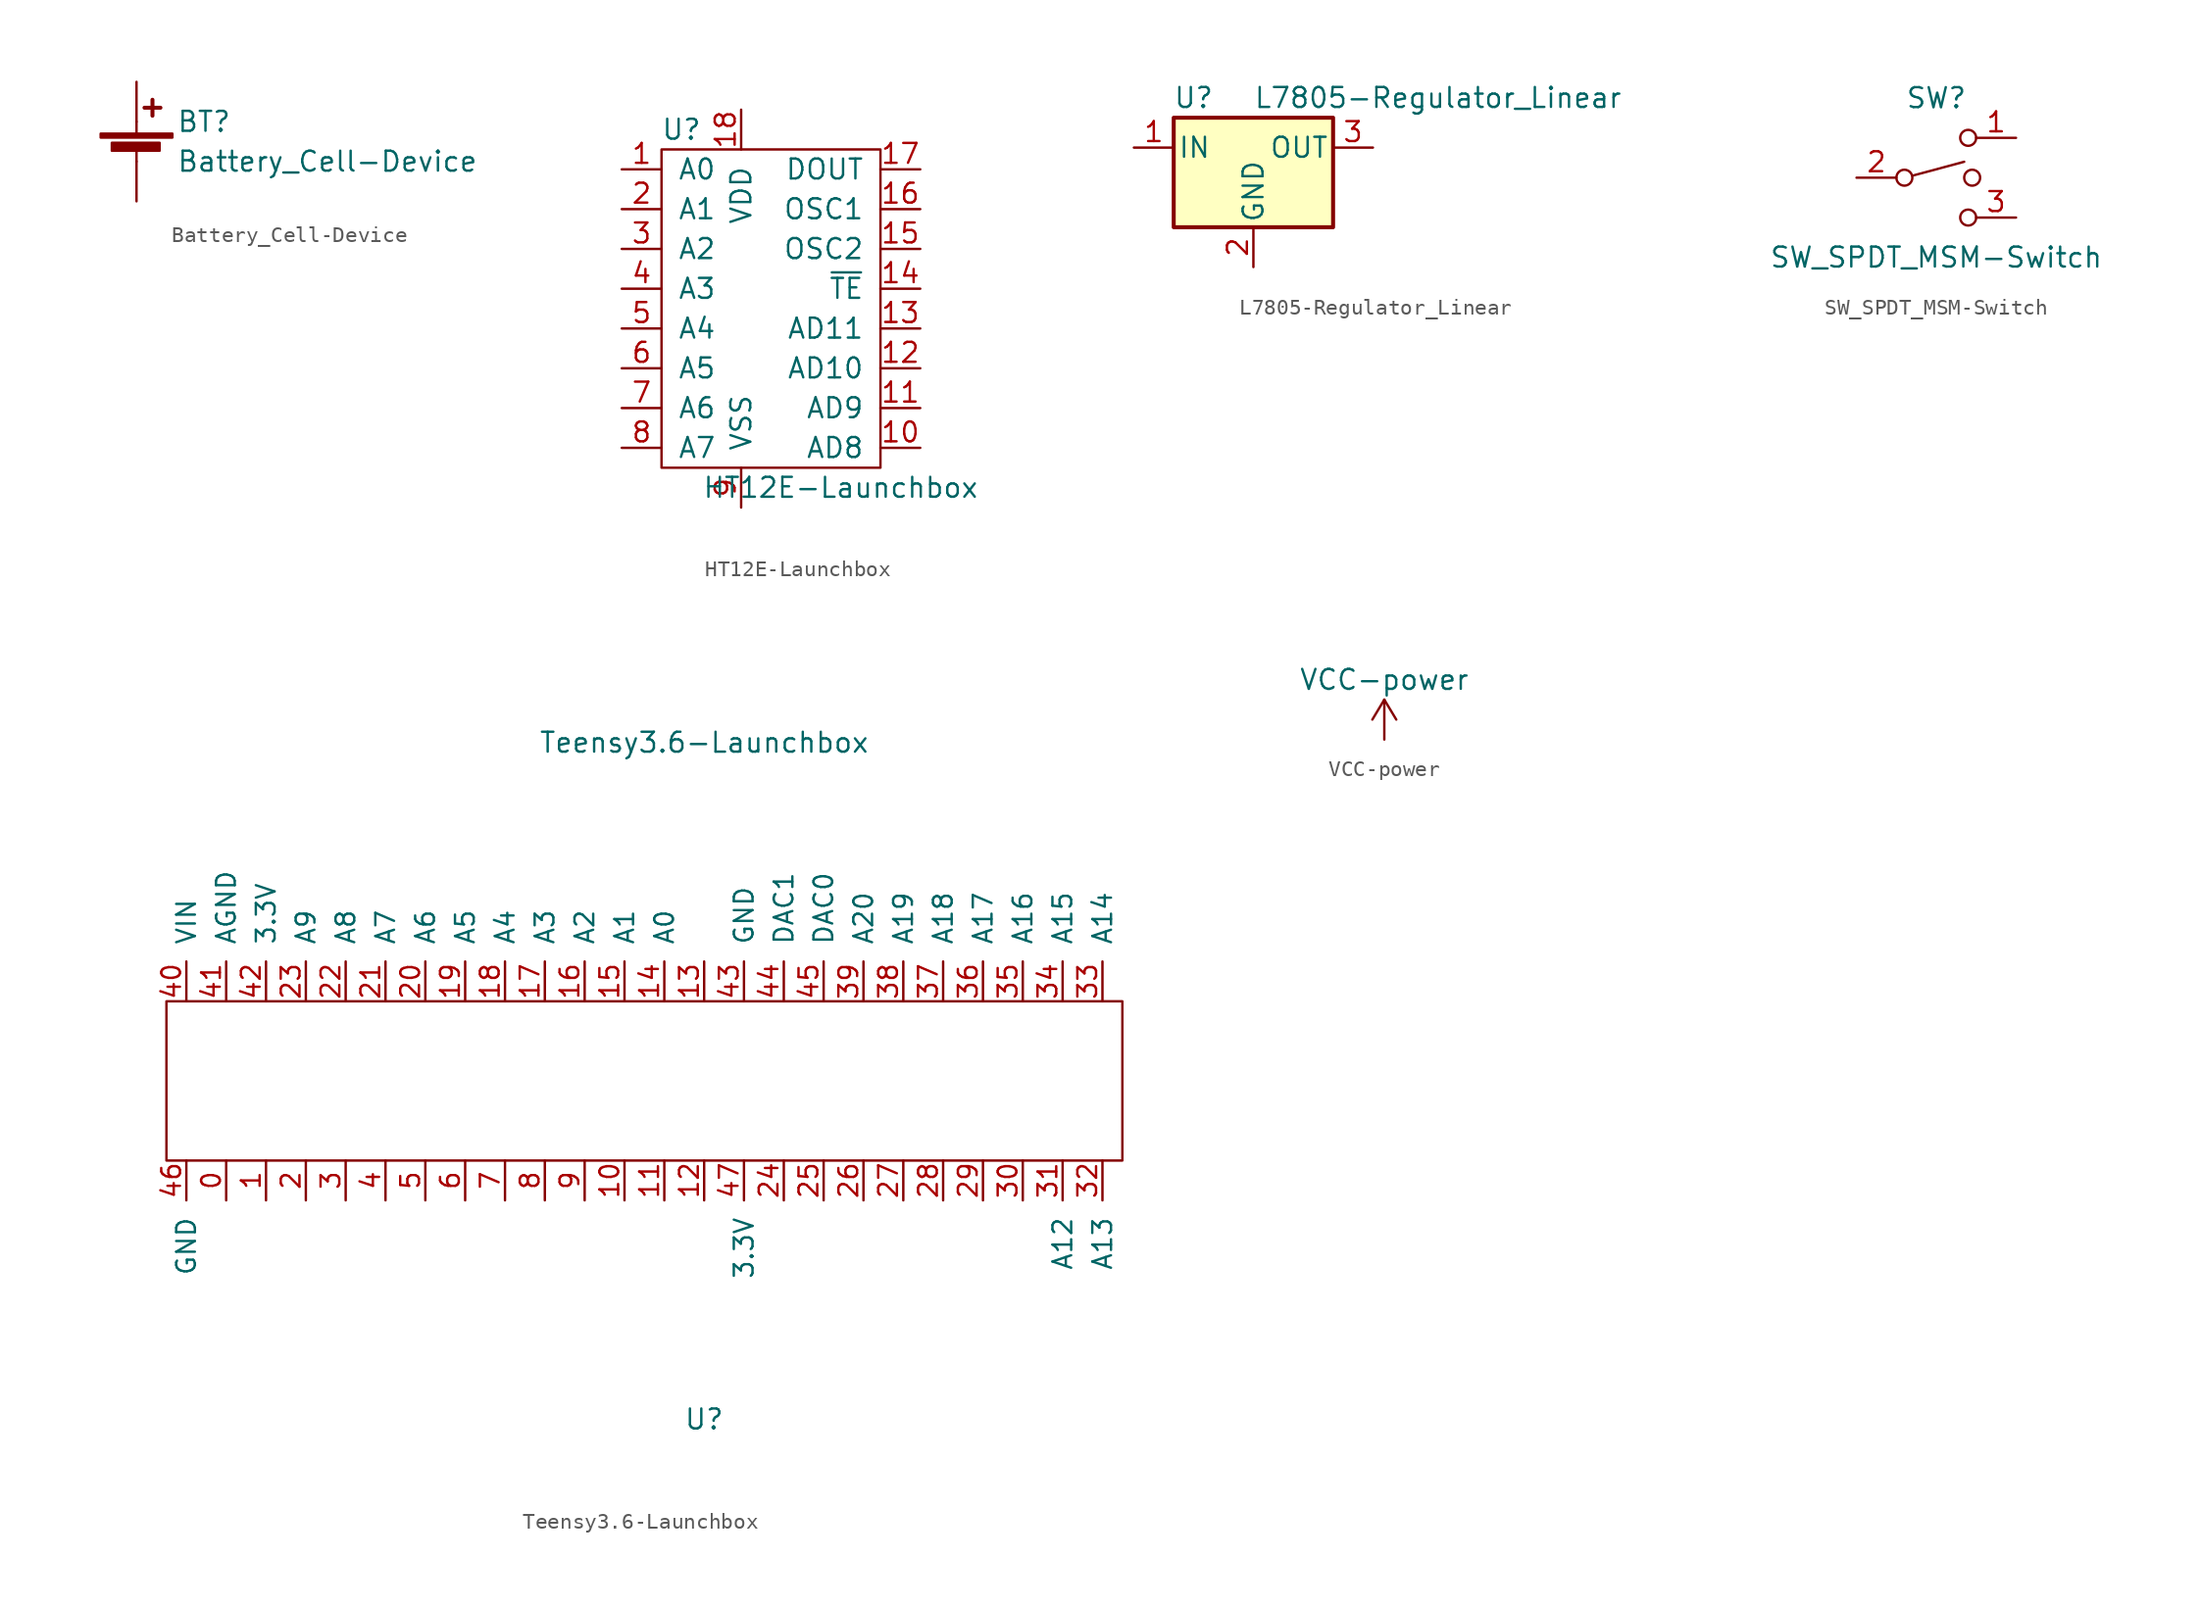
<source format=kicad_sym>
(kicad_symbol_lib
  (version 20211014)
  (generator kicad_symbol_editor)
  (symbol "Battery_Cell-Device"
    (pin_numbers hide)
    (pin_names
      (offset 0) hide)
    (property "Reference" "BT"
      (at 2.54 2.54 0)
      (effects (font (size 1.27 1.27)) (justify left)))
    (property "Value" "Battery_Cell-Device"
      (at 2.54 0 0)
      (effects (font (size 1.27 1.27)) (justify left)))
    (symbol "Battery_Cell-Device_0_1"
      (rectangle (start -2.286 1.778) (end 2.286 1.524) (stroke (width 0) (type default) (color 0 0 0 0)) (fill (type outline)))
      (rectangle (start -1.575 1.194) (end 1.473 0.686) (stroke (width 0) (type default) (color 0 0 0 0)) (fill (type outline)))
      (polyline (pts (xy 0 0.762) (xy 0 0)) (stroke (width 0) (type default) (color 0 0 0 0)) (fill (type none)))
      (polyline (pts (xy 0 1.778) (xy 0 2.54)) (stroke (width 0) (type default) (color 0 0 0 0)) (fill (type none)))
      (polyline (pts (xy 0.508 3.429) (xy 1.524 3.429)) (stroke (width 0.254) (type default) (color 0 0 0 0)) (fill (type none)))
      (polyline (pts (xy 1.016 3.937) (xy 1.016 2.921)) (stroke (width 0.254) (type default) (color 0 0 0 0)) (fill (type none))))
    (symbol "Battery_Cell-Device_1_1"
      (pin passive line (at 0 5.08 270) (length 2.54) (name "+" (effects (font (size 1.27 1.27)))) (number "1" (effects (font (size 1.27 1.27)))))
      (pin passive line (at 0 -2.54 90) (length 2.54) (name "-" (effects (font (size 1.27 1.27)))) (number "2" (effects (font (size 1.27 1.27)))))))
  (symbol "HT12E-Launchbox"
    (pin_names
      (offset 1.016))
    (property "Reference" "U"
      (at -1.27 11.43 0)
      (effects (font (size 1.27 1.27))))
    (property "Value" "HT12E-Launchbox"
      (at 8.89 -11.43 0)
      (effects (font (size 1.27 1.27))))
    (symbol "HT12E-Launchbox_0_1"
      (rectangle (start -2.54 10.16) (end 11.43 -10.16) (stroke (width 0) (type default) (color 0 0 0 0)) (fill (type none))))
    (symbol "HT12E-Launchbox_1_1"
      (pin input line (at -5.08 8.89 0) (length 2.54) (name "A0" (effects (font (size 1.27 1.27)))) (number "1" (effects (font (size 1.27 1.27)))))
      (pin input line (at 13.97 -8.89 180) (length 2.54) (name "AD8" (effects (font (size 1.27 1.27)))) (number "10" (effects (font (size 1.27 1.27)))))
      (pin input line (at 13.97 -6.35 180) (length 2.54) (name "AD9" (effects (font (size 1.27 1.27)))) (number "11" (effects (font (size 1.27 1.27)))))
      (pin input line (at 13.97 -3.81 180) (length 2.54) (name "AD10" (effects (font (size 1.27 1.27)))) (number "12" (effects (font (size 1.27 1.27)))))
      (pin input line (at 13.97 -1.27 180) (length 2.54) (name "AD11" (effects (font (size 1.27 1.27)))) (number "13" (effects (font (size 1.27 1.27)))))
      (pin input line (at 13.97 1.27 180) (length 2.54) (name "~{TE}" (effects (font (size 1.27 1.27)))) (number "14" (effects (font (size 1.27 1.27)))))
      (pin input line (at 13.97 3.81 180) (length 2.54) (name "OSC2" (effects (font (size 1.27 1.27)))) (number "15" (effects (font (size 1.27 1.27)))))
      (pin input line (at 13.97 6.35 180) (length 2.54) (name "OSC1" (effects (font (size 1.27 1.27)))) (number "16" (effects (font (size 1.27 1.27)))))
      (pin input line (at 13.97 8.89 180) (length 2.54) (name "DOUT" (effects (font (size 1.27 1.27)))) (number "17" (effects (font (size 1.27 1.27)))))
      (pin input line (at 2.54 12.7 270) (length 2.54) (name "VDD" (effects (font (size 1.27 1.27)))) (number "18" (effects (font (size 1.27 1.27)))))
      (pin input line (at -5.08 6.35 0) (length 2.54) (name "A1" (effects (font (size 1.27 1.27)))) (number "2" (effects (font (size 1.27 1.27)))))
      (pin input line (at -5.08 3.81 0) (length 2.54) (name "A2" (effects (font (size 1.27 1.27)))) (number "3" (effects (font (size 1.27 1.27)))))
      (pin input line (at -5.08 1.27 0) (length 2.54) (name "A3" (effects (font (size 1.27 1.27)))) (number "4" (effects (font (size 1.27 1.27)))))
      (pin input line (at -5.08 -1.27 0) (length 2.54) (name "A4" (effects (font (size 1.27 1.27)))) (number "5" (effects (font (size 1.27 1.27)))))
      (pin input line (at -5.08 -3.81 0) (length 2.54) (name "A5" (effects (font (size 1.27 1.27)))) (number "6" (effects (font (size 1.27 1.27)))))
      (pin input line (at -5.08 -6.35 0) (length 2.54) (name "A6" (effects (font (size 1.27 1.27)))) (number "7" (effects (font (size 1.27 1.27)))))
      (pin input line (at -5.08 -8.89 0) (length 2.54) (name "A7" (effects (font (size 1.27 1.27)))) (number "8" (effects (font (size 1.27 1.27)))))
      (pin input line (at 2.54 -12.7 90) (length 2.54) (name "VSS" (effects (font (size 1.27 1.27)))) (number "9" (effects (font (size 1.27 1.27)))))))
  (symbol "L7805-Regulator_Linear"
    (pin_names
      (offset 0.254))
    (property "Reference" "U"
      (at -3.81 3.175 0)
      (effects (font (size 1.27 1.27))))
    (property "Value" "L7805-Regulator_Linear"
      (at 0 3.175 0)
      (effects (font (size 1.27 1.27)) (justify left)))
    (symbol "L7805-Regulator_Linear_0_1"
      (rectangle (start -5.08 1.905) (end 5.08 -5.08) (stroke (width 0.254) (type default) (color 0 0 0 0)) (fill (type background))))
    (symbol "L7805-Regulator_Linear_1_1"
      (pin power_in line (at -7.62 0 0) (length 2.54) (name "IN" (effects (font (size 1.27 1.27)))) (number "1" (effects (font (size 1.27 1.27)))))
      (pin power_in line (at 0 -7.62 90) (length 2.54) (name "GND" (effects (font (size 1.27 1.27)))) (number "2" (effects (font (size 1.27 1.27)))))
      (pin power_out line (at 7.62 0 180) (length 2.54) (name "OUT" (effects (font (size 1.27 1.27)))) (number "3" (effects (font (size 1.27 1.27)))))))
  (symbol "SW_SPDT_MSM-Switch"
    (pin_names
      (offset 0) hide)
    (property "Reference" "SW"
      (at 0 5.08 0)
      (effects (font (size 1.27 1.27))))
    (property "Value" "SW_SPDT_MSM-Switch"
      (at 0 -5.08 0)
      (effects (font (size 1.27 1.27))))
    (symbol "SW_SPDT_MSM-Switch_0_0"
      (circle (center -2.032 0) (radius 0.508) (stroke (width 0) (type default) (color 0 0 0 0)) (fill (type none)))
      (polyline (pts (xy -1.524 0.127) (xy 1.778 1.016)) (stroke (width 0) (type default) (color 0 0 0 0)) (fill (type none)))
      (circle (center 2.032 -2.54) (radius 0.508) (stroke (width 0) (type default) (color 0 0 0 0)) (fill (type none))))
    (symbol "SW_SPDT_MSM-Switch_0_1"
      (circle (center 2.032 2.54) (radius 0.508) (stroke (width 0) (type default) (color 0 0 0 0)) (fill (type none)))
      (circle (center 2.286 0) (radius 0.508) (stroke (width 0) (type default) (color 0 0 0 0)) (fill (type none))))
    (symbol "SW_SPDT_MSM-Switch_1_1"
      (pin passive line (at 5.08 2.54 180) (length 2.54) (name "1" (effects (font (size 1.27 1.27)))) (number "1" (effects (font (size 1.27 1.27)))))
      (pin passive line (at -5.08 0 0) (length 2.54) (name "2" (effects (font (size 1.27 1.27)))) (number "2" (effects (font (size 1.27 1.27)))))
      (pin passive line (at 5.08 -2.54 180) (length 2.54) (name "3" (effects (font (size 1.27 1.27)))) (number "3" (effects (font (size 1.27 1.27)))))))
  (symbol "Teensy3.6-Launchbox"
    (pin_names
      (offset 1.016))
    (property "Reference" "U"
      (at 0 -21.59 0)
      (effects (font (size 1.27 1.27))))
    (property "Value" "Teensy3.6-Launchbox"
      (at 0 21.59 0)
      (effects (font (size 1.27 1.27))))
    (symbol "Teensy3.6-Launchbox_0_1"
      (rectangle (start -34.29 5.08) (end 26.67 -5.08) (stroke (width 0) (type default) (color 0 0 0 0)) (fill (type none))))
    (symbol "Teensy3.6-Launchbox_1_1"
      (pin input line (at -30.48 -5.08 270) (length 2.54) (name "~" (effects (font (size 1.194 1.194)))) (number "0" (effects (font (size 1.194 1.194)))))
      (pin input line (at -27.94 -5.08 270) (length 2.54) (name "~" (effects (font (size 1.194 1.194)))) (number "1" (effects (font (size 1.194 1.194)))))
      (pin input line (at -5.08 -5.08 270) (length 2.54) (name "~" (effects (font (size 1.194 1.194)))) (number "10" (effects (font (size 1.194 1.194)))))
      (pin input line (at -2.54 -5.08 270) (length 2.54) (name "~" (effects (font (size 1.194 1.194)))) (number "11" (effects (font (size 1.194 1.194)))))
      (pin input line (at 0 -5.08 270) (length 2.54) (name "~" (effects (font (size 1.194 1.194)))) (number "12" (effects (font (size 1.194 1.194)))))
      (pin input line (at 0 5.08 90) (length 2.54) (name "~" (effects (font (size 1.194 1.194)))) (number "13" (effects (font (size 1.194 1.194)))))
      (pin input line (at -2.54 5.08 90) (length 2.54) (name "A0" (effects (font (size 1.194 1.194)))) (number "14" (effects (font (size 1.194 1.194)))))
      (pin input line (at -5.08 5.08 90) (length 2.54) (name "A1" (effects (font (size 1.194 1.194)))) (number "15" (effects (font (size 1.194 1.194)))))
      (pin input line (at -7.62 5.08 90) (length 2.54) (name "A2" (effects (font (size 1.194 1.194)))) (number "16" (effects (font (size 1.194 1.194)))))
      (pin input line (at -10.16 5.08 90) (length 2.54) (name "A3" (effects (font (size 1.194 1.194)))) (number "17" (effects (font (size 1.194 1.194)))))
      (pin input line (at -12.7 5.08 90) (length 2.54) (name "A4" (effects (font (size 1.194 1.194)))) (number "18" (effects (font (size 1.194 1.194)))))
      (pin input line (at -15.24 5.08 90) (length 2.54) (name "A5" (effects (font (size 1.194 1.194)))) (number "19" (effects (font (size 1.194 1.194)))))
      (pin input line (at -25.4 -5.08 270) (length 2.54) (name "~" (effects (font (size 1.194 1.194)))) (number "2" (effects (font (size 1.194 1.194)))))
      (pin input line (at -17.78 5.08 90) (length 2.54) (name "A6" (effects (font (size 1.194 1.194)))) (number "20" (effects (font (size 1.194 1.194)))))
      (pin input line (at -20.32 5.08 90) (length 2.54) (name "A7" (effects (font (size 1.194 1.194)))) (number "21" (effects (font (size 1.194 1.194)))))
      (pin input line (at -22.86 5.08 90) (length 2.54) (name "A8" (effects (font (size 1.194 1.194)))) (number "22" (effects (font (size 1.194 1.194)))))
      (pin input line (at -25.4 5.08 90) (length 2.54) (name "A9" (effects (font (size 1.194 1.194)))) (number "23" (effects (font (size 1.194 1.194)))))
      (pin input line (at 5.08 -5.08 270) (length 2.54) (name "~" (effects (font (size 1.194 1.194)))) (number "24" (effects (font (size 1.194 1.194)))))
      (pin input line (at 7.62 -5.08 270) (length 2.54) (name "~" (effects (font (size 1.194 1.194)))) (number "25" (effects (font (size 1.194 1.194)))))
      (pin input line (at 10.16 -5.08 270) (length 2.54) (name "~" (effects (font (size 1.194 1.194)))) (number "26" (effects (font (size 1.194 1.194)))))
      (pin input line (at 12.7 -5.08 270) (length 2.54) (name "~" (effects (font (size 1.194 1.194)))) (number "27" (effects (font (size 1.194 1.194)))))
      (pin input line (at 15.24 -5.08 270) (length 2.54) (name "~" (effects (font (size 1.194 1.194)))) (number "28" (effects (font (size 1.194 1.194)))))
      (pin input line (at 17.78 -5.08 270) (length 2.54) (name "~" (effects (font (size 1.194 1.194)))) (number "29" (effects (font (size 1.194 1.194)))))
      (pin input line (at -22.86 -5.08 270) (length 2.54) (name "~" (effects (font (size 1.194 1.194)))) (number "3" (effects (font (size 1.194 1.194)))))
      (pin input line (at 20.32 -5.08 270) (length 2.54) (name "~" (effects (font (size 1.194 1.194)))) (number "30" (effects (font (size 1.194 1.194)))))
      (pin input line (at 22.86 -5.08 270) (length 2.54) (name "A12" (effects (font (size 1.194 1.194)))) (number "31" (effects (font (size 1.194 1.194)))))
      (pin input line (at 25.4 -5.08 270) (length 2.54) (name "A13" (effects (font (size 1.194 1.194)))) (number "32" (effects (font (size 1.194 1.194)))))
      (pin input line (at 25.4 5.08 90) (length 2.54) (name "A14" (effects (font (size 1.194 1.194)))) (number "33" (effects (font (size 1.194 1.194)))))
      (pin input line (at 22.86 5.08 90) (length 2.54) (name "A15" (effects (font (size 1.194 1.194)))) (number "34" (effects (font (size 1.194 1.194)))))
      (pin input line (at 20.32 5.08 90) (length 2.54) (name "A16" (effects (font (size 1.194 1.194)))) (number "35" (effects (font (size 1.194 1.194)))))
      (pin input line (at 17.78 5.08 90) (length 2.54) (name "A17" (effects (font (size 1.194 1.194)))) (number "36" (effects (font (size 1.194 1.194)))))
      (pin input line (at 15.24 5.08 90) (length 2.54) (name "A18" (effects (font (size 1.194 1.194)))) (number "37" (effects (font (size 1.194 1.194)))))
      (pin input line (at 12.7 5.08 90) (length 2.54) (name "A19" (effects (font (size 1.194 1.194)))) (number "38" (effects (font (size 1.194 1.194)))))
      (pin input line (at 10.16 5.08 90) (length 2.54) (name "A20" (effects (font (size 1.194 1.194)))) (number "39" (effects (font (size 1.194 1.194)))))
      (pin input line (at -20.32 -5.08 270) (length 2.54) (name "~" (effects (font (size 1.194 1.194)))) (number "4" (effects (font (size 1.194 1.194)))))
      (pin input line (at -33.02 5.08 90) (length 2.54) (name "VIN" (effects (font (size 1.194 1.194)))) (number "40" (effects (font (size 1.194 1.194)))))
      (pin input line (at -30.48 5.08 90) (length 2.54) (name "AGND" (effects (font (size 1.194 1.194)))) (number "41" (effects (font (size 1.194 1.194)))))
      (pin input line (at -27.94 5.08 90) (length 2.54) (name "3.3V" (effects (font (size 1.194 1.194)))) (number "42" (effects (font (size 1.194 1.194)))))
      (pin input line (at 2.54 5.08 90) (length 2.54) (name "GND" (effects (font (size 1.194 1.194)))) (number "43" (effects (font (size 1.194 1.194)))))
      (pin input line (at 5.08 5.08 90) (length 2.54) (name "DAC1" (effects (font (size 1.194 1.194)))) (number "44" (effects (font (size 1.194 1.194)))))
      (pin input line (at 7.62 5.08 90) (length 2.54) (name "DAC0" (effects (font (size 1.194 1.194)))) (number "45" (effects (font (size 1.194 1.194)))))
      (pin input line (at -33.02 -5.08 270) (length 2.54) (name "GND" (effects (font (size 1.194 1.194)))) (number "46" (effects (font (size 1.194 1.194)))))
      (pin input line (at 2.54 -5.08 270) (length 2.54) (name "3.3V" (effects (font (size 1.194 1.194)))) (number "47" (effects (font (size 1.194 1.194)))))
      (pin input line (at -17.78 -5.08 270) (length 2.54) (name "~" (effects (font (size 1.194 1.194)))) (number "5" (effects (font (size 1.194 1.194)))))
      (pin input line (at -15.24 -5.08 270) (length 2.54) (name "~" (effects (font (size 1.194 1.194)))) (number "6" (effects (font (size 1.194 1.194)))))
      (pin input line (at -12.7 -5.08 270) (length 2.54) (name "~" (effects (font (size 1.194 1.194)))) (number "7" (effects (font (size 1.194 1.194)))))
      (pin input line (at -10.16 -5.08 270) (length 2.54) (name "~" (effects (font (size 1.194 1.194)))) (number "8" (effects (font (size 1.194 1.194)))))
      (pin input line (at -7.62 -5.08 270) (length 2.54) (name "~" (effects (font (size 1.194 1.194)))) (number "9" (effects (font (size 1.194 1.194)))))))
  (symbol "VCC-power"
    (power)
    (pin_names
      (offset 0))
    (property "Reference" "#PWR"
      (at 0 -3.81 0)
      (effects (font (size 1.27 1.27)) hide))
    (property "Value" "VCC-power"
      (at 0 3.81 0)
      (effects (font (size 1.27 1.27))))
    (symbol "VCC-power_0_1"
      (polyline (pts (xy -0.762 1.27) (xy 0 2.54)) (stroke (width 0) (type default) (color 0 0 0 0)) (fill (type none)))
      (polyline (pts (xy 0 0) (xy 0 2.54)) (stroke (width 0) (type default) (color 0 0 0 0)) (fill (type none)))
      (polyline (pts (xy 0 2.54) (xy 0.762 1.27)) (stroke (width 0) (type default) (color 0 0 0 0)) (fill (type none))))
    (symbol "VCC-power_1_1"
      (pin power_in line (at 0 0 90) (length 0) hide (name "VCC" (effects (font (size 1.27 1.27)))) (number "1" (effects (font (size 1.27 1.27))))))))
</source>
